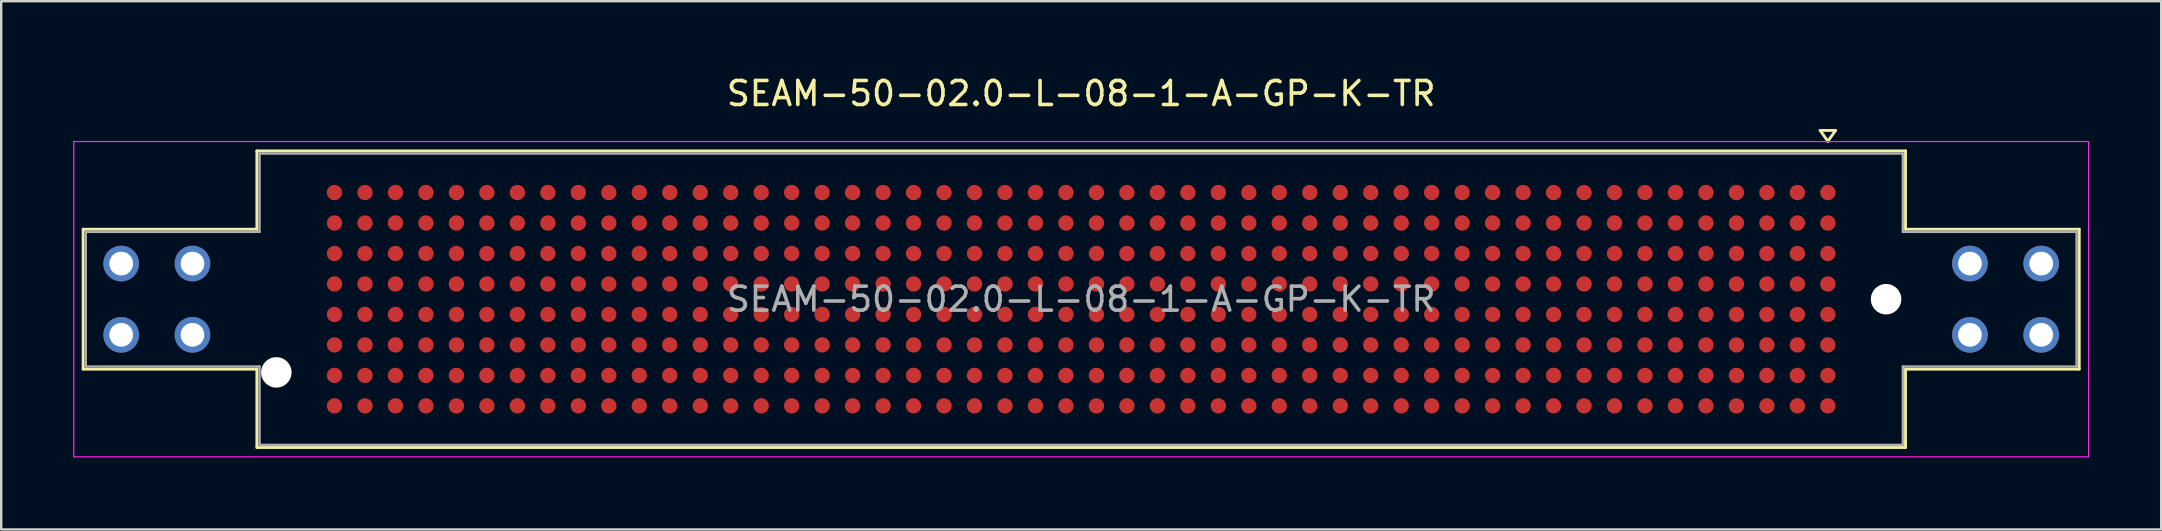
<source format=kicad_pcb>
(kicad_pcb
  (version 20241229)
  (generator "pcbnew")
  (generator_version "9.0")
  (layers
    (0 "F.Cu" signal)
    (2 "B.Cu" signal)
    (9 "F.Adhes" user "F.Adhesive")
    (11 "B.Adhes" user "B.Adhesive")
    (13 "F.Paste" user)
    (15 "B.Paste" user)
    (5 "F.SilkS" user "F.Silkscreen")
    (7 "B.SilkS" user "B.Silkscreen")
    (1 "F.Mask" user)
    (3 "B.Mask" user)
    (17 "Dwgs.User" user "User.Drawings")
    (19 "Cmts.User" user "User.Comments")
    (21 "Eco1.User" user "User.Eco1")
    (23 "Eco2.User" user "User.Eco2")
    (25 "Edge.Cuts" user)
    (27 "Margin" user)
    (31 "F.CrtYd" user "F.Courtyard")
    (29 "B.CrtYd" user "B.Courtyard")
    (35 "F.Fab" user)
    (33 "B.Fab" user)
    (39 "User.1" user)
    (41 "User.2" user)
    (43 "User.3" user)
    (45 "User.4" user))
  (footprint "SEAM-50-02.0-L-08-1-A-GP-K-TR"
    (layer "F.Cu")
    (at 42.005 9.418)
    (property "Reference" "SEAM-50-02.0-L-08-1-A-GP-K-TR" (at 0 -8.57 0) (layer "F.SilkS") (effects (font (size 1 1) (thickness 0.15))))
    (attr smd)
    (fp_line (start -41.59 -2.915) (end -34.35 -2.915) (stroke (width 0.12) (type solid)) (layer "F.SilkS"))
    (fp_line (start -41.59 2.915) (end -41.59 -2.915) (stroke (width 0.12) (type solid)) (layer "F.SilkS"))
    (fp_line (start -34.35 -6.18) (end 34.35 -6.18) (stroke (width 0.12) (type solid)) (layer "F.SilkS"))
    (fp_line (start -34.35 -2.915) (end -34.35 -6.18) (stroke (width 0.12) (type solid)) (layer "F.SilkS"))
    (fp_line (start -34.35 2.915) (end -41.59 2.915) (stroke (width 0.12) (type solid)) (layer "F.SilkS"))
    (fp_line (start -34.35 6.18) (end -34.35 2.915) (stroke (width 0.12) (type solid)) (layer "F.SilkS"))
    (fp_line (start 30.795 -7.033) (end 31.435 -7.033) (stroke (width 0.12) (type solid)) (layer "F.SilkS"))
    (fp_line (start 31.115 -6.58) (end 30.795 -7.033) (stroke (width 0.12) (type solid)) (layer "F.SilkS"))
    (fp_line (start 31.435 -7.033) (end 31.115 -6.58) (stroke (width 0.12) (type solid)) (layer "F.SilkS"))
    (fp_line (start 34.35 -6.18) (end 34.35 -2.915) (stroke (width 0.12) (type solid)) (layer "F.SilkS"))
    (fp_line (start 34.35 -2.915) (end 41.59 -2.915) (stroke (width 0.12) (type solid)) (layer "F.SilkS"))
    (fp_line (start 34.35 2.915) (end 34.35 6.18) (stroke (width 0.12) (type solid)) (layer "F.SilkS"))
    (fp_line (start 34.35 6.18) (end -34.35 6.18) (stroke (width 0.12) (type solid)) (layer "F.SilkS"))
    (fp_line (start 41.59 -2.915) (end 41.59 2.915) (stroke (width 0.12) (type solid)) (layer "F.SilkS"))
    (fp_line (start 41.59 2.915) (end 34.35 2.915) (stroke (width 0.12) (type solid)) (layer "F.SilkS"))
    (fp_poly (pts (xy -41.15 -2.63) (xy -38.86 -2.63) (xy -38.86 -0.34) (xy -41.15 -0.34)) (stroke (width 0) (type solid)) (fill yes) (layer "F.Paste"))
    (fp_poly (pts (xy -41.15 0.34) (xy -38.86 0.34) (xy -38.86 2.63) (xy -41.15 2.63)) (stroke (width 0) (type solid)) (fill yes) (layer "F.Paste"))
    (fp_poly (pts (xy -38.18 -2.63) (xy -35.89 -2.63) (xy -35.89 -0.34) (xy -38.18 -0.34)) (stroke (width 0) (type solid)) (fill yes) (layer "F.Paste"))
    (fp_poly (pts (xy -38.18 0.34) (xy -35.89 0.34) (xy -35.89 2.63) (xy -38.18 2.63)) (stroke (width 0) (type solid)) (fill yes) (layer "F.Paste"))
    (fp_poly (pts (xy 35.89 -2.63) (xy 38.18 -2.63) (xy 38.18 -0.34) (xy 35.89 -0.34)) (stroke (width 0) (type solid)) (fill yes) (layer "F.Paste"))
    (fp_poly (pts (xy 35.89 0.34) (xy 38.18 0.34) (xy 38.18 2.63) (xy 35.89 2.63)) (stroke (width 0) (type solid)) (fill yes) (layer "F.Paste"))
    (fp_poly (pts (xy 38.86 -2.63) (xy 41.15 -2.63) (xy 41.15 -0.34) (xy 38.86 -0.34)) (stroke (width 0) (type solid)) (fill yes) (layer "F.Paste"))
    (fp_poly (pts (xy 38.86 0.34) (xy 41.15 0.34) (xy 41.15 2.63) (xy 38.86 2.63)) (stroke (width 0) (type solid)) (fill yes) (layer "F.Paste"))
    (fp_line (start -41.98 -6.57) (end -41.98 6.57) (stroke (width 0.05) (type solid)) (layer "F.CrtYd"))
    (fp_line (start -41.98 6.57) (end 41.98 6.57) (stroke (width 0.05) (type solid)) (layer "F.CrtYd"))
    (fp_line (start 41.98 -6.57) (end -41.98 -6.57) (stroke (width 0.05) (type solid)) (layer "F.CrtYd"))
    (fp_line (start 41.98 6.57) (end 41.98 -6.57) (stroke (width 0.05) (type solid)) (layer "F.CrtYd"))
    (fp_line (start -41.48 -2.805) (end -34.24 -2.805) (stroke (width 0.1) (type solid)) (layer "F.Fab"))
    (fp_line (start -41.48 2.805) (end -41.48 -2.805) (stroke (width 0.1) (type solid)) (layer "F.Fab"))
    (fp_line (start -34.24 -6.07) (end 34.24 -6.07) (stroke (width 0.1) (type solid)) (layer "F.Fab"))
    (fp_line (start -34.24 -2.805) (end -34.24 -6.07) (stroke (width 0.1) (type solid)) (layer "F.Fab"))
    (fp_line (start -34.24 2.805) (end -41.48 2.805) (stroke (width 0.1) (type solid)) (layer "F.Fab"))
    (fp_line (start -34.24 6.07) (end -34.24 2.805) (stroke (width 0.1) (type solid)) (layer "F.Fab"))
    (fp_line (start 34.24 -6.07) (end 34.24 -2.805) (stroke (width 0.1) (type solid)) (layer "F.Fab"))
    (fp_line (start 34.24 -2.805) (end 41.48 -2.805) (stroke (width 0.1) (type solid)) (layer "F.Fab"))
    (fp_line (start 34.24 2.805) (end 34.24 6.07) (stroke (width 0.1) (type solid)) (layer "F.Fab"))
    (fp_line (start 34.24 6.07) (end -34.24 6.07) (stroke (width 0.1) (type solid)) (layer "F.Fab"))
    (fp_line (start 41.48 -2.805) (end 41.48 2.805) (stroke (width 0.1) (type solid)) (layer "F.Fab"))
    (fp_line (start 41.48 2.805) (end 34.24 2.805) (stroke (width 0.1) (type solid)) (layer "F.Fab"))
    (fp_text user "${REFERENCE}" (at 0 0 0) (layer "F.Fab") (effects (font (size 1 1) (thickness 0.15))))
    (pad "" thru_hole circle (at -40.005 -1.485) (size 1.485 1.485) (drill 0.99) (layers "*.Cu" "*.Mask"))
    (pad "" thru_hole circle (at -40.005 1.485) (size 1.485 1.485) (drill 0.99) (layers "*.Cu" "*.Mask"))
    (pad "" thru_hole circle (at -37.035 -1.485) (size 1.485 1.485) (drill 0.99) (layers "*.Cu" "*.Mask"))
    (pad "" thru_hole circle (at -37.035 1.485) (size 1.485 1.485) (drill 0.99) (layers "*.Cu" "*.Mask"))
    (pad "" np_thru_hole circle (at -33.54 3.05) (size 1.27 1.27) (drill 1.27) (layers "*.Cu" "*.Mask"))
    (pad "" np_thru_hole circle (at 33.54 0) (size 1.27 1.27) (drill 1.27) (layers "*.Cu" "*.Mask"))
    (pad "" thru_hole circle (at 37.035 -1.485) (size 1.485 1.485) (drill 0.99) (layers "*.Cu" "*.Mask"))
    (pad "" thru_hole circle (at 37.035 1.485) (size 1.485 1.485) (drill 0.99) (layers "*.Cu" "*.Mask"))
    (pad "" thru_hole circle (at 40.005 -1.485) (size 1.485 1.485) (drill 0.99) (layers "*.Cu" "*.Mask"))
    (pad "" thru_hole circle (at 40.005 1.485) (size 1.485 1.485) (drill 0.99) (layers "*.Cu" "*.Mask"))
    (pad "A1" smd circle (at 31.115 -4.445) (size 0.64 0.64) (layers "F.Cu" "F.Mask" "F.Paste"))
    (pad "A2" smd circle (at 29.845 -4.445) (size 0.64 0.64) (layers "F.Cu" "F.Mask" "F.Paste"))
    (pad "A3" smd circle (at 28.575 -4.445) (size 0.64 0.64) (layers "F.Cu" "F.Mask" "F.Paste"))
    (pad "A4" smd circle (at 27.305 -4.445) (size 0.64 0.64) (layers "F.Cu" "F.Mask" "F.Paste"))
    (pad "A5" smd circle (at 26.035 -4.445) (size 0.64 0.64) (layers "F.Cu" "F.Mask" "F.Paste"))
    (pad "A6" smd circle (at 24.765 -4.445) (size 0.64 0.64) (layers "F.Cu" "F.Mask" "F.Paste"))
    (pad "A7" smd circle (at 23.495 -4.445) (size 0.64 0.64) (layers "F.Cu" "F.Mask" "F.Paste"))
    (pad "A8" smd circle (at 22.225 -4.445) (size 0.64 0.64) (layers "F.Cu" "F.Mask" "F.Paste"))
    (pad "A9" smd circle (at 20.955 -4.445) (size 0.64 0.64) (layers "F.Cu" "F.Mask" "F.Paste"))
    (pad "A10" smd circle (at 19.685 -4.445) (size 0.64 0.64) (layers "F.Cu" "F.Mask" "F.Paste"))
    (pad "A11" smd circle (at 18.415 -4.445) (size 0.64 0.64) (layers "F.Cu" "F.Mask" "F.Paste"))
    (pad "A12" smd circle (at 17.145 -4.445) (size 0.64 0.64) (layers "F.Cu" "F.Mask" "F.Paste"))
    (pad "A13" smd circle (at 15.875 -4.445) (size 0.64 0.64) (layers "F.Cu" "F.Mask" "F.Paste"))
    (pad "A14" smd circle (at 14.605 -4.445) (size 0.64 0.64) (layers "F.Cu" "F.Mask" "F.Paste"))
    (pad "A15" smd circle (at 13.335 -4.445) (size 0.64 0.64) (layers "F.Cu" "F.Mask" "F.Paste"))
    (pad "A16" smd circle (at 12.065 -4.445) (size 0.64 0.64) (layers "F.Cu" "F.Mask" "F.Paste"))
    (pad "A17" smd circle (at 10.795 -4.445) (size 0.64 0.64) (layers "F.Cu" "F.Mask" "F.Paste"))
    (pad "A18" smd circle (at 9.525 -4.445) (size 0.64 0.64) (layers "F.Cu" "F.Mask" "F.Paste"))
    (pad "A19" smd circle (at 8.255 -4.445) (size 0.64 0.64) (layers "F.Cu" "F.Mask" "F.Paste"))
    (pad "A20" smd circle (at 6.985 -4.445) (size 0.64 0.64) (layers "F.Cu" "F.Mask" "F.Paste"))
    (pad "A21" smd circle (at 5.715 -4.445) (size 0.64 0.64) (layers "F.Cu" "F.Mask" "F.Paste"))
    (pad "A22" smd circle (at 4.445 -4.445) (size 0.64 0.64) (layers "F.Cu" "F.Mask" "F.Paste"))
    (pad "A23" smd circle (at 3.175 -4.445) (size 0.64 0.64) (layers "F.Cu" "F.Mask" "F.Paste"))
    (pad "A24" smd circle (at 1.905 -4.445) (size 0.64 0.64) (layers "F.Cu" "F.Mask" "F.Paste"))
    (pad "A25" smd circle (at 0.635 -4.445) (size 0.64 0.64) (layers "F.Cu" "F.Mask" "F.Paste"))
    (pad "A26" smd circle (at -0.635 -4.445) (size 0.64 0.64) (layers "F.Cu" "F.Mask" "F.Paste"))
    (pad "A27" smd circle (at -1.905 -4.445) (size 0.64 0.64) (layers "F.Cu" "F.Mask" "F.Paste"))
    (pad "A28" smd circle (at -3.175 -4.445) (size 0.64 0.64) (layers "F.Cu" "F.Mask" "F.Paste"))
    (pad "A29" smd circle (at -4.445 -4.445) (size 0.64 0.64) (layers "F.Cu" "F.Mask" "F.Paste"))
    (pad "A30" smd circle (at -5.715 -4.445) (size 0.64 0.64) (layers "F.Cu" "F.Mask" "F.Paste"))
    (pad "A31" smd circle (at -6.985 -4.445) (size 0.64 0.64) (layers "F.Cu" "F.Mask" "F.Paste"))
    (pad "A32" smd circle (at -8.255 -4.445) (size 0.64 0.64) (layers "F.Cu" "F.Mask" "F.Paste"))
    (pad "A33" smd circle (at -9.525 -4.445) (size 0.64 0.64) (layers "F.Cu" "F.Mask" "F.Paste"))
    (pad "A34" smd circle (at -10.795 -4.445) (size 0.64 0.64) (layers "F.Cu" "F.Mask" "F.Paste"))
    (pad "A35" smd circle (at -12.065 -4.445) (size 0.64 0.64) (layers "F.Cu" "F.Mask" "F.Paste"))
    (pad "A36" smd circle (at -13.335 -4.445) (size 0.64 0.64) (layers "F.Cu" "F.Mask" "F.Paste"))
    (pad "A37" smd circle (at -14.605 -4.445) (size 0.64 0.64) (layers "F.Cu" "F.Mask" "F.Paste"))
    (pad "A38" smd circle (at -15.875 -4.445) (size 0.64 0.64) (layers "F.Cu" "F.Mask" "F.Paste"))
    (pad "A39" smd circle (at -17.145 -4.445) (size 0.64 0.64) (layers "F.Cu" "F.Mask" "F.Paste"))
    (pad "A40" smd circle (at -18.415 -4.445) (size 0.64 0.64) (layers "F.Cu" "F.Mask" "F.Paste"))
    (pad "A41" smd circle (at -19.685 -4.445) (size 0.64 0.64) (layers "F.Cu" "F.Mask" "F.Paste"))
    (pad "A42" smd circle (at -20.955 -4.445) (size 0.64 0.64) (layers "F.Cu" "F.Mask" "F.Paste"))
    (pad "A43" smd circle (at -22.225 -4.445) (size 0.64 0.64) (layers "F.Cu" "F.Mask" "F.Paste"))
    (pad "A44" smd circle (at -23.495 -4.445) (size 0.64 0.64) (layers "F.Cu" "F.Mask" "F.Paste"))
    (pad "A45" smd circle (at -24.765 -4.445) (size 0.64 0.64) (layers "F.Cu" "F.Mask" "F.Paste"))
    (pad "A46" smd circle (at -26.035 -4.445) (size 0.64 0.64) (layers "F.Cu" "F.Mask" "F.Paste"))
    (pad "A47" smd circle (at -27.305 -4.445) (size 0.64 0.64) (layers "F.Cu" "F.Mask" "F.Paste"))
    (pad "A48" smd circle (at -28.575 -4.445) (size 0.64 0.64) (layers "F.Cu" "F.Mask" "F.Paste"))
    (pad "A49" smd circle (at -29.845 -4.445) (size 0.64 0.64) (layers "F.Cu" "F.Mask" "F.Paste"))
    (pad "A50" smd circle (at -31.115 -4.445) (size 0.64 0.64) (layers "F.Cu" "F.Mask" "F.Paste"))
    (pad "B1" smd circle (at 31.115 -3.175) (size 0.64 0.64) (layers "F.Cu" "F.Mask" "F.Paste"))
    (pad "B2" smd circle (at 29.845 -3.175) (size 0.64 0.64) (layers "F.Cu" "F.Mask" "F.Paste"))
    (pad "B3" smd circle (at 28.575 -3.175) (size 0.64 0.64) (layers "F.Cu" "F.Mask" "F.Paste"))
    (pad "B4" smd circle (at 27.305 -3.175) (size 0.64 0.64) (layers "F.Cu" "F.Mask" "F.Paste"))
    (pad "B5" smd circle (at 26.035 -3.175) (size 0.64 0.64) (layers "F.Cu" "F.Mask" "F.Paste"))
    (pad "B6" smd circle (at 24.765 -3.175) (size 0.64 0.64) (layers "F.Cu" "F.Mask" "F.Paste"))
    (pad "B7" smd circle (at 23.495 -3.175) (size 0.64 0.64) (layers "F.Cu" "F.Mask" "F.Paste"))
    (pad "B8" smd circle (at 22.225 -3.175) (size 0.64 0.64) (layers "F.Cu" "F.Mask" "F.Paste"))
    (pad "B9" smd circle (at 20.955 -3.175) (size 0.64 0.64) (layers "F.Cu" "F.Mask" "F.Paste"))
    (pad "B10" smd circle (at 19.685 -3.175) (size 0.64 0.64) (layers "F.Cu" "F.Mask" "F.Paste"))
    (pad "B11" smd circle (at 18.415 -3.175) (size 0.64 0.64) (layers "F.Cu" "F.Mask" "F.Paste"))
    (pad "B12" smd circle (at 17.145 -3.175) (size 0.64 0.64) (layers "F.Cu" "F.Mask" "F.Paste"))
    (pad "B13" smd circle (at 15.875 -3.175) (size 0.64 0.64) (layers "F.Cu" "F.Mask" "F.Paste"))
    (pad "B14" smd circle (at 14.605 -3.175) (size 0.64 0.64) (layers "F.Cu" "F.Mask" "F.Paste"))
    (pad "B15" smd circle (at 13.335 -3.175) (size 0.64 0.64) (layers "F.Cu" "F.Mask" "F.Paste"))
    (pad "B16" smd circle (at 12.065 -3.175) (size 0.64 0.64) (layers "F.Cu" "F.Mask" "F.Paste"))
    (pad "B17" smd circle (at 10.795 -3.175) (size 0.64 0.64) (layers "F.Cu" "F.Mask" "F.Paste"))
    (pad "B18" smd circle (at 9.525 -3.175) (size 0.64 0.64) (layers "F.Cu" "F.Mask" "F.Paste"))
    (pad "B19" smd circle (at 8.255 -3.175) (size 0.64 0.64) (layers "F.Cu" "F.Mask" "F.Paste"))
    (pad "B20" smd circle (at 6.985 -3.175) (size 0.64 0.64) (layers "F.Cu" "F.Mask" "F.Paste"))
    (pad "B21" smd circle (at 5.715 -3.175) (size 0.64 0.64) (layers "F.Cu" "F.Mask" "F.Paste"))
    (pad "B22" smd circle (at 4.445 -3.175) (size 0.64 0.64) (layers "F.Cu" "F.Mask" "F.Paste"))
    (pad "B23" smd circle (at 3.175 -3.175) (size 0.64 0.64) (layers "F.Cu" "F.Mask" "F.Paste"))
    (pad "B24" smd circle (at 1.905 -3.175) (size 0.64 0.64) (layers "F.Cu" "F.Mask" "F.Paste"))
    (pad "B25" smd circle (at 0.635 -3.175) (size 0.64 0.64) (layers "F.Cu" "F.Mask" "F.Paste"))
    (pad "B26" smd circle (at -0.635 -3.175) (size 0.64 0.64) (layers "F.Cu" "F.Mask" "F.Paste"))
    (pad "B27" smd circle (at -1.905 -3.175) (size 0.64 0.64) (layers "F.Cu" "F.Mask" "F.Paste"))
    (pad "B28" smd circle (at -3.175 -3.175) (size 0.64 0.64) (layers "F.Cu" "F.Mask" "F.Paste"))
    (pad "B29" smd circle (at -4.445 -3.175) (size 0.64 0.64) (layers "F.Cu" "F.Mask" "F.Paste"))
    (pad "B30" smd circle (at -5.715 -3.175) (size 0.64 0.64) (layers "F.Cu" "F.Mask" "F.Paste"))
    (pad "B31" smd circle (at -6.985 -3.175) (size 0.64 0.64) (layers "F.Cu" "F.Mask" "F.Paste"))
    (pad "B32" smd circle (at -8.255 -3.175) (size 0.64 0.64) (layers "F.Cu" "F.Mask" "F.Paste"))
    (pad "B33" smd circle (at -9.525 -3.175) (size 0.64 0.64) (layers "F.Cu" "F.Mask" "F.Paste"))
    (pad "B34" smd circle (at -10.795 -3.175) (size 0.64 0.64) (layers "F.Cu" "F.Mask" "F.Paste"))
    (pad "B35" smd circle (at -12.065 -3.175) (size 0.64 0.64) (layers "F.Cu" "F.Mask" "F.Paste"))
    (pad "B36" smd circle (at -13.335 -3.175) (size 0.64 0.64) (layers "F.Cu" "F.Mask" "F.Paste"))
    (pad "B37" smd circle (at -14.605 -3.175) (size 0.64 0.64) (layers "F.Cu" "F.Mask" "F.Paste"))
    (pad "B38" smd circle (at -15.875 -3.175) (size 0.64 0.64) (layers "F.Cu" "F.Mask" "F.Paste"))
    (pad "B39" smd circle (at -17.145 -3.175) (size 0.64 0.64) (layers "F.Cu" "F.Mask" "F.Paste"))
    (pad "B40" smd circle (at -18.415 -3.175) (size 0.64 0.64) (layers "F.Cu" "F.Mask" "F.Paste"))
    (pad "B41" smd circle (at -19.685 -3.175) (size 0.64 0.64) (layers "F.Cu" "F.Mask" "F.Paste"))
    (pad "B42" smd circle (at -20.955 -3.175) (size 0.64 0.64) (layers "F.Cu" "F.Mask" "F.Paste"))
    (pad "B43" smd circle (at -22.225 -3.175) (size 0.64 0.64) (layers "F.Cu" "F.Mask" "F.Paste"))
    (pad "B44" smd circle (at -23.495 -3.175) (size 0.64 0.64) (layers "F.Cu" "F.Mask" "F.Paste"))
    (pad "B45" smd circle (at -24.765 -3.175) (size 0.64 0.64) (layers "F.Cu" "F.Mask" "F.Paste"))
    (pad "B46" smd circle (at -26.035 -3.175) (size 0.64 0.64) (layers "F.Cu" "F.Mask" "F.Paste"))
    (pad "B47" smd circle (at -27.305 -3.175) (size 0.64 0.64) (layers "F.Cu" "F.Mask" "F.Paste"))
    (pad "B48" smd circle (at -28.575 -3.175) (size 0.64 0.64) (layers "F.Cu" "F.Mask" "F.Paste"))
    (pad "B49" smd circle (at -29.845 -3.175) (size 0.64 0.64) (layers "F.Cu" "F.Mask" "F.Paste"))
    (pad "B50" smd circle (at -31.115 -3.175) (size 0.64 0.64) (layers "F.Cu" "F.Mask" "F.Paste"))
    (pad "C1" smd circle (at 31.115 -1.905) (size 0.64 0.64) (layers "F.Cu" "F.Mask" "F.Paste"))
    (pad "C2" smd circle (at 29.845 -1.905) (size 0.64 0.64) (layers "F.Cu" "F.Mask" "F.Paste"))
    (pad "C3" smd circle (at 28.575 -1.905) (size 0.64 0.64) (layers "F.Cu" "F.Mask" "F.Paste"))
    (pad "C4" smd circle (at 27.305 -1.905) (size 0.64 0.64) (layers "F.Cu" "F.Mask" "F.Paste"))
    (pad "C5" smd circle (at 26.035 -1.905) (size 0.64 0.64) (layers "F.Cu" "F.Mask" "F.Paste"))
    (pad "C6" smd circle (at 24.765 -1.905) (size 0.64 0.64) (layers "F.Cu" "F.Mask" "F.Paste"))
    (pad "C7" smd circle (at 23.495 -1.905) (size 0.64 0.64) (layers "F.Cu" "F.Mask" "F.Paste"))
    (pad "C8" smd circle (at 22.225 -1.905) (size 0.64 0.64) (layers "F.Cu" "F.Mask" "F.Paste"))
    (pad "C9" smd circle (at 20.955 -1.905) (size 0.64 0.64) (layers "F.Cu" "F.Mask" "F.Paste"))
    (pad "C10" smd circle (at 19.685 -1.905) (size 0.64 0.64) (layers "F.Cu" "F.Mask" "F.Paste"))
    (pad "C11" smd circle (at 18.415 -1.905) (size 0.64 0.64) (layers "F.Cu" "F.Mask" "F.Paste"))
    (pad "C12" smd circle (at 17.145 -1.905) (size 0.64 0.64) (layers "F.Cu" "F.Mask" "F.Paste"))
    (pad "C13" smd circle (at 15.875 -1.905) (size 0.64 0.64) (layers "F.Cu" "F.Mask" "F.Paste"))
    (pad "C14" smd circle (at 14.605 -1.905) (size 0.64 0.64) (layers "F.Cu" "F.Mask" "F.Paste"))
    (pad "C15" smd circle (at 13.335 -1.905) (size 0.64 0.64) (layers "F.Cu" "F.Mask" "F.Paste"))
    (pad "C16" smd circle (at 12.065 -1.905) (size 0.64 0.64) (layers "F.Cu" "F.Mask" "F.Paste"))
    (pad "C17" smd circle (at 10.795 -1.905) (size 0.64 0.64) (layers "F.Cu" "F.Mask" "F.Paste"))
    (pad "C18" smd circle (at 9.525 -1.905) (size 0.64 0.64) (layers "F.Cu" "F.Mask" "F.Paste"))
    (pad "C19" smd circle (at 8.255 -1.905) (size 0.64 0.64) (layers "F.Cu" "F.Mask" "F.Paste"))
    (pad "C20" smd circle (at 6.985 -1.905) (size 0.64 0.64) (layers "F.Cu" "F.Mask" "F.Paste"))
    (pad "C21" smd circle (at 5.715 -1.905) (size 0.64 0.64) (layers "F.Cu" "F.Mask" "F.Paste"))
    (pad "C22" smd circle (at 4.445 -1.905) (size 0.64 0.64) (layers "F.Cu" "F.Mask" "F.Paste"))
    (pad "C23" smd circle (at 3.175 -1.905) (size 0.64 0.64) (layers "F.Cu" "F.Mask" "F.Paste"))
    (pad "C24" smd circle (at 1.905 -1.905) (size 0.64 0.64) (layers "F.Cu" "F.Mask" "F.Paste"))
    (pad "C25" smd circle (at 0.635 -1.905) (size 0.64 0.64) (layers "F.Cu" "F.Mask" "F.Paste"))
    (pad "C26" smd circle (at -0.635 -1.905) (size 0.64 0.64) (layers "F.Cu" "F.Mask" "F.Paste"))
    (pad "C27" smd circle (at -1.905 -1.905) (size 0.64 0.64) (layers "F.Cu" "F.Mask" "F.Paste"))
    (pad "C28" smd circle (at -3.175 -1.905) (size 0.64 0.64) (layers "F.Cu" "F.Mask" "F.Paste"))
    (pad "C29" smd circle (at -4.445 -1.905) (size 0.64 0.64) (layers "F.Cu" "F.Mask" "F.Paste"))
    (pad "C30" smd circle (at -5.715 -1.905) (size 0.64 0.64) (layers "F.Cu" "F.Mask" "F.Paste"))
    (pad "C31" smd circle (at -6.985 -1.905) (size 0.64 0.64) (layers "F.Cu" "F.Mask" "F.Paste"))
    (pad "C32" smd circle (at -8.255 -1.905) (size 0.64 0.64) (layers "F.Cu" "F.Mask" "F.Paste"))
    (pad "C33" smd circle (at -9.525 -1.905) (size 0.64 0.64) (layers "F.Cu" "F.Mask" "F.Paste"))
    (pad "C34" smd circle (at -10.795 -1.905) (size 0.64 0.64) (layers "F.Cu" "F.Mask" "F.Paste"))
    (pad "C35" smd circle (at -12.065 -1.905) (size 0.64 0.64) (layers "F.Cu" "F.Mask" "F.Paste"))
    (pad "C36" smd circle (at -13.335 -1.905) (size 0.64 0.64) (layers "F.Cu" "F.Mask" "F.Paste"))
    (pad "C37" smd circle (at -14.605 -1.905) (size 0.64 0.64) (layers "F.Cu" "F.Mask" "F.Paste"))
    (pad "C38" smd circle (at -15.875 -1.905) (size 0.64 0.64) (layers "F.Cu" "F.Mask" "F.Paste"))
    (pad "C39" smd circle (at -17.145 -1.905) (size 0.64 0.64) (layers "F.Cu" "F.Mask" "F.Paste"))
    (pad "C40" smd circle (at -18.415 -1.905) (size 0.64 0.64) (layers "F.Cu" "F.Mask" "F.Paste"))
    (pad "C41" smd circle (at -19.685 -1.905) (size 0.64 0.64) (layers "F.Cu" "F.Mask" "F.Paste"))
    (pad "C42" smd circle (at -20.955 -1.905) (size 0.64 0.64) (layers "F.Cu" "F.Mask" "F.Paste"))
    (pad "C43" smd circle (at -22.225 -1.905) (size 0.64 0.64) (layers "F.Cu" "F.Mask" "F.Paste"))
    (pad "C44" smd circle (at -23.495 -1.905) (size 0.64 0.64) (layers "F.Cu" "F.Mask" "F.Paste"))
    (pad "C45" smd circle (at -24.765 -1.905) (size 0.64 0.64) (layers "F.Cu" "F.Mask" "F.Paste"))
    (pad "C46" smd circle (at -26.035 -1.905) (size 0.64 0.64) (layers "F.Cu" "F.Mask" "F.Paste"))
    (pad "C47" smd circle (at -27.305 -1.905) (size 0.64 0.64) (layers "F.Cu" "F.Mask" "F.Paste"))
    (pad "C48" smd circle (at -28.575 -1.905) (size 0.64 0.64) (layers "F.Cu" "F.Mask" "F.Paste"))
    (pad "C49" smd circle (at -29.845 -1.905) (size 0.64 0.64) (layers "F.Cu" "F.Mask" "F.Paste"))
    (pad "C50" smd circle (at -31.115 -1.905) (size 0.64 0.64) (layers "F.Cu" "F.Mask" "F.Paste"))
    (pad "D1" smd circle (at 31.115 -0.635) (size 0.64 0.64) (layers "F.Cu" "F.Mask" "F.Paste"))
    (pad "D2" smd circle (at 29.845 -0.635) (size 0.64 0.64) (layers "F.Cu" "F.Mask" "F.Paste"))
    (pad "D3" smd circle (at 28.575 -0.635) (size 0.64 0.64) (layers "F.Cu" "F.Mask" "F.Paste"))
    (pad "D4" smd circle (at 27.305 -0.635) (size 0.64 0.64) (layers "F.Cu" "F.Mask" "F.Paste"))
    (pad "D5" smd circle (at 26.035 -0.635) (size 0.64 0.64) (layers "F.Cu" "F.Mask" "F.Paste"))
    (pad "D6" smd circle (at 24.765 -0.635) (size 0.64 0.64) (layers "F.Cu" "F.Mask" "F.Paste"))
    (pad "D7" smd circle (at 23.495 -0.635) (size 0.64 0.64) (layers "F.Cu" "F.Mask" "F.Paste"))
    (pad "D8" smd circle (at 22.225 -0.635) (size 0.64 0.64) (layers "F.Cu" "F.Mask" "F.Paste"))
    (pad "D9" smd circle (at 20.955 -0.635) (size 0.64 0.64) (layers "F.Cu" "F.Mask" "F.Paste"))
    (pad "D10" smd circle (at 19.685 -0.635) (size 0.64 0.64) (layers "F.Cu" "F.Mask" "F.Paste"))
    (pad "D11" smd circle (at 18.415 -0.635) (size 0.64 0.64) (layers "F.Cu" "F.Mask" "F.Paste"))
    (pad "D12" smd circle (at 17.145 -0.635) (size 0.64 0.64) (layers "F.Cu" "F.Mask" "F.Paste"))
    (pad "D13" smd circle (at 15.875 -0.635) (size 0.64 0.64) (layers "F.Cu" "F.Mask" "F.Paste"))
    (pad "D14" smd circle (at 14.605 -0.635) (size 0.64 0.64) (layers "F.Cu" "F.Mask" "F.Paste"))
    (pad "D15" smd circle (at 13.335 -0.635) (size 0.64 0.64) (layers "F.Cu" "F.Mask" "F.Paste"))
    (pad "D16" smd circle (at 12.065 -0.635) (size 0.64 0.64) (layers "F.Cu" "F.Mask" "F.Paste"))
    (pad "D17" smd circle (at 10.795 -0.635) (size 0.64 0.64) (layers "F.Cu" "F.Mask" "F.Paste"))
    (pad "D18" smd circle (at 9.525 -0.635) (size 0.64 0.64) (layers "F.Cu" "F.Mask" "F.Paste"))
    (pad "D19" smd circle (at 8.255 -0.635) (size 0.64 0.64) (layers "F.Cu" "F.Mask" "F.Paste"))
    (pad "D20" smd circle (at 6.985 -0.635) (size 0.64 0.64) (layers "F.Cu" "F.Mask" "F.Paste"))
    (pad "D21" smd circle (at 5.715 -0.635) (size 0.64 0.64) (layers "F.Cu" "F.Mask" "F.Paste"))
    (pad "D22" smd circle (at 4.445 -0.635) (size 0.64 0.64) (layers "F.Cu" "F.Mask" "F.Paste"))
    (pad "D23" smd circle (at 3.175 -0.635) (size 0.64 0.64) (layers "F.Cu" "F.Mask" "F.Paste"))
    (pad "D24" smd circle (at 1.905 -0.635) (size 0.64 0.64) (layers "F.Cu" "F.Mask" "F.Paste"))
    (pad "D25" smd circle (at 0.635 -0.635) (size 0.64 0.64) (layers "F.Cu" "F.Mask" "F.Paste"))
    (pad "D26" smd circle (at -0.635 -0.635) (size 0.64 0.64) (layers "F.Cu" "F.Mask" "F.Paste"))
    (pad "D27" smd circle (at -1.905 -0.635) (size 0.64 0.64) (layers "F.Cu" "F.Mask" "F.Paste"))
    (pad "D28" smd circle (at -3.175 -0.635) (size 0.64 0.64) (layers "F.Cu" "F.Mask" "F.Paste"))
    (pad "D29" smd circle (at -4.445 -0.635) (size 0.64 0.64) (layers "F.Cu" "F.Mask" "F.Paste"))
    (pad "D30" smd circle (at -5.715 -0.635) (size 0.64 0.64) (layers "F.Cu" "F.Mask" "F.Paste"))
    (pad "D31" smd circle (at -6.985 -0.635) (size 0.64 0.64) (layers "F.Cu" "F.Mask" "F.Paste"))
    (pad "D32" smd circle (at -8.255 -0.635) (size 0.64 0.64) (layers "F.Cu" "F.Mask" "F.Paste"))
    (pad "D33" smd circle (at -9.525 -0.635) (size 0.64 0.64) (layers "F.Cu" "F.Mask" "F.Paste"))
    (pad "D34" smd circle (at -10.795 -0.635) (size 0.64 0.64) (layers "F.Cu" "F.Mask" "F.Paste"))
    (pad "D35" smd circle (at -12.065 -0.635) (size 0.64 0.64) (layers "F.Cu" "F.Mask" "F.Paste"))
    (pad "D36" smd circle (at -13.335 -0.635) (size 0.64 0.64) (layers "F.Cu" "F.Mask" "F.Paste"))
    (pad "D37" smd circle (at -14.605 -0.635) (size 0.64 0.64) (layers "F.Cu" "F.Mask" "F.Paste"))
    (pad "D38" smd circle (at -15.875 -0.635) (size 0.64 0.64) (layers "F.Cu" "F.Mask" "F.Paste"))
    (pad "D39" smd circle (at -17.145 -0.635) (size 0.64 0.64) (layers "F.Cu" "F.Mask" "F.Paste"))
    (pad "D40" smd circle (at -18.415 -0.635) (size 0.64 0.64) (layers "F.Cu" "F.Mask" "F.Paste"))
    (pad "D41" smd circle (at -19.685 -0.635) (size 0.64 0.64) (layers "F.Cu" "F.Mask" "F.Paste"))
    (pad "D42" smd circle (at -20.955 -0.635) (size 0.64 0.64) (layers "F.Cu" "F.Mask" "F.Paste"))
    (pad "D43" smd circle (at -22.225 -0.635) (size 0.64 0.64) (layers "F.Cu" "F.Mask" "F.Paste"))
    (pad "D44" smd circle (at -23.495 -0.635) (size 0.64 0.64) (layers "F.Cu" "F.Mask" "F.Paste"))
    (pad "D45" smd circle (at -24.765 -0.635) (size 0.64 0.64) (layers "F.Cu" "F.Mask" "F.Paste"))
    (pad "D46" smd circle (at -26.035 -0.635) (size 0.64 0.64) (layers "F.Cu" "F.Mask" "F.Paste"))
    (pad "D47" smd circle (at -27.305 -0.635) (size 0.64 0.64) (layers "F.Cu" "F.Mask" "F.Paste"))
    (pad "D48" smd circle (at -28.575 -0.635) (size 0.64 0.64) (layers "F.Cu" "F.Mask" "F.Paste"))
    (pad "D49" smd circle (at -29.845 -0.635) (size 0.64 0.64) (layers "F.Cu" "F.Mask" "F.Paste"))
    (pad "D50" smd circle (at -31.115 -0.635) (size 0.64 0.64) (layers "F.Cu" "F.Mask" "F.Paste"))
    (pad "E1" smd circle (at 31.115 0.635) (size 0.64 0.64) (layers "F.Cu" "F.Mask" "F.Paste"))
    (pad "E2" smd circle (at 29.845 0.635) (size 0.64 0.64) (layers "F.Cu" "F.Mask" "F.Paste"))
    (pad "E3" smd circle (at 28.575 0.635) (size 0.64 0.64) (layers "F.Cu" "F.Mask" "F.Paste"))
    (pad "E4" smd circle (at 27.305 0.635) (size 0.64 0.64) (layers "F.Cu" "F.Mask" "F.Paste"))
    (pad "E5" smd circle (at 26.035 0.635) (size 0.64 0.64) (layers "F.Cu" "F.Mask" "F.Paste"))
    (pad "E6" smd circle (at 24.765 0.635) (size 0.64 0.64) (layers "F.Cu" "F.Mask" "F.Paste"))
    (pad "E7" smd circle (at 23.495 0.635) (size 0.64 0.64) (layers "F.Cu" "F.Mask" "F.Paste"))
    (pad "E8" smd circle (at 22.225 0.635) (size 0.64 0.64) (layers "F.Cu" "F.Mask" "F.Paste"))
    (pad "E9" smd circle (at 20.955 0.635) (size 0.64 0.64) (layers "F.Cu" "F.Mask" "F.Paste"))
    (pad "E10" smd circle (at 19.685 0.635) (size 0.64 0.64) (layers "F.Cu" "F.Mask" "F.Paste"))
    (pad "E11" smd circle (at 18.415 0.635) (size 0.64 0.64) (layers "F.Cu" "F.Mask" "F.Paste"))
    (pad "E12" smd circle (at 17.145 0.635) (size 0.64 0.64) (layers "F.Cu" "F.Mask" "F.Paste"))
    (pad "E13" smd circle (at 15.875 0.635) (size 0.64 0.64) (layers "F.Cu" "F.Mask" "F.Paste"))
    (pad "E14" smd circle (at 14.605 0.635) (size 0.64 0.64) (layers "F.Cu" "F.Mask" "F.Paste"))
    (pad "E15" smd circle (at 13.335 0.635) (size 0.64 0.64) (layers "F.Cu" "F.Mask" "F.Paste"))
    (pad "E16" smd circle (at 12.065 0.635) (size 0.64 0.64) (layers "F.Cu" "F.Mask" "F.Paste"))
    (pad "E17" smd circle (at 10.795 0.635) (size 0.64 0.64) (layers "F.Cu" "F.Mask" "F.Paste"))
    (pad "E18" smd circle (at 9.525 0.635) (size 0.64 0.64) (layers "F.Cu" "F.Mask" "F.Paste"))
    (pad "E19" smd circle (at 8.255 0.635) (size 0.64 0.64) (layers "F.Cu" "F.Mask" "F.Paste"))
    (pad "E20" smd circle (at 6.985 0.635) (size 0.64 0.64) (layers "F.Cu" "F.Mask" "F.Paste"))
    (pad "E21" smd circle (at 5.715 0.635) (size 0.64 0.64) (layers "F.Cu" "F.Mask" "F.Paste"))
    (pad "E22" smd circle (at 4.445 0.635) (size 0.64 0.64) (layers "F.Cu" "F.Mask" "F.Paste"))
    (pad "E23" smd circle (at 3.175 0.635) (size 0.64 0.64) (layers "F.Cu" "F.Mask" "F.Paste"))
    (pad "E24" smd circle (at 1.905 0.635) (size 0.64 0.64) (layers "F.Cu" "F.Mask" "F.Paste"))
    (pad "E25" smd circle (at 0.635 0.635) (size 0.64 0.64) (layers "F.Cu" "F.Mask" "F.Paste"))
    (pad "E26" smd circle (at -0.635 0.635) (size 0.64 0.64) (layers "F.Cu" "F.Mask" "F.Paste"))
    (pad "E27" smd circle (at -1.905 0.635) (size 0.64 0.64) (layers "F.Cu" "F.Mask" "F.Paste"))
    (pad "E28" smd circle (at -3.175 0.635) (size 0.64 0.64) (layers "F.Cu" "F.Mask" "F.Paste"))
    (pad "E29" smd circle (at -4.445 0.635) (size 0.64 0.64) (layers "F.Cu" "F.Mask" "F.Paste"))
    (pad "E30" smd circle (at -5.715 0.635) (size 0.64 0.64) (layers "F.Cu" "F.Mask" "F.Paste"))
    (pad "E31" smd circle (at -6.985 0.635) (size 0.64 0.64) (layers "F.Cu" "F.Mask" "F.Paste"))
    (pad "E32" smd circle (at -8.255 0.635) (size 0.64 0.64) (layers "F.Cu" "F.Mask" "F.Paste"))
    (pad "E33" smd circle (at -9.525 0.635) (size 0.64 0.64) (layers "F.Cu" "F.Mask" "F.Paste"))
    (pad "E34" smd circle (at -10.795 0.635) (size 0.64 0.64) (layers "F.Cu" "F.Mask" "F.Paste"))
    (pad "E35" smd circle (at -12.065 0.635) (size 0.64 0.64) (layers "F.Cu" "F.Mask" "F.Paste"))
    (pad "E36" smd circle (at -13.335 0.635) (size 0.64 0.64) (layers "F.Cu" "F.Mask" "F.Paste"))
    (pad "E37" smd circle (at -14.605 0.635) (size 0.64 0.64) (layers "F.Cu" "F.Mask" "F.Paste"))
    (pad "E38" smd circle (at -15.875 0.635) (size 0.64 0.64) (layers "F.Cu" "F.Mask" "F.Paste"))
    (pad "E39" smd circle (at -17.145 0.635) (size 0.64 0.64) (layers "F.Cu" "F.Mask" "F.Paste"))
    (pad "E40" smd circle (at -18.415 0.635) (size 0.64 0.64) (layers "F.Cu" "F.Mask" "F.Paste"))
    (pad "E41" smd circle (at -19.685 0.635) (size 0.64 0.64) (layers "F.Cu" "F.Mask" "F.Paste"))
    (pad "E42" smd circle (at -20.955 0.635) (size 0.64 0.64) (layers "F.Cu" "F.Mask" "F.Paste"))
    (pad "E43" smd circle (at -22.225 0.635) (size 0.64 0.64) (layers "F.Cu" "F.Mask" "F.Paste"))
    (pad "E44" smd circle (at -23.495 0.635) (size 0.64 0.64) (layers "F.Cu" "F.Mask" "F.Paste"))
    (pad "E45" smd circle (at -24.765 0.635) (size 0.64 0.64) (layers "F.Cu" "F.Mask" "F.Paste"))
    (pad "E46" smd circle (at -26.035 0.635) (size 0.64 0.64) (layers "F.Cu" "F.Mask" "F.Paste"))
    (pad "E47" smd circle (at -27.305 0.635) (size 0.64 0.64) (layers "F.Cu" "F.Mask" "F.Paste"))
    (pad "E48" smd circle (at -28.575 0.635) (size 0.64 0.64) (layers "F.Cu" "F.Mask" "F.Paste"))
    (pad "E49" smd circle (at -29.845 0.635) (size 0.64 0.64) (layers "F.Cu" "F.Mask" "F.Paste"))
    (pad "E50" smd circle (at -31.115 0.635) (size 0.64 0.64) (layers "F.Cu" "F.Mask" "F.Paste"))
    (pad "F1" smd circle (at 31.115 1.905) (size 0.64 0.64) (layers "F.Cu" "F.Mask" "F.Paste"))
    (pad "F2" smd circle (at 29.845 1.905) (size 0.64 0.64) (layers "F.Cu" "F.Mask" "F.Paste"))
    (pad "F3" smd circle (at 28.575 1.905) (size 0.64 0.64) (layers "F.Cu" "F.Mask" "F.Paste"))
    (pad "F4" smd circle (at 27.305 1.905) (size 0.64 0.64) (layers "F.Cu" "F.Mask" "F.Paste"))
    (pad "F5" smd circle (at 26.035 1.905) (size 0.64 0.64) (layers "F.Cu" "F.Mask" "F.Paste"))
    (pad "F6" smd circle (at 24.765 1.905) (size 0.64 0.64) (layers "F.Cu" "F.Mask" "F.Paste"))
    (pad "F7" smd circle (at 23.495 1.905) (size 0.64 0.64) (layers "F.Cu" "F.Mask" "F.Paste"))
    (pad "F8" smd circle (at 22.225 1.905) (size 0.64 0.64) (layers "F.Cu" "F.Mask" "F.Paste"))
    (pad "F9" smd circle (at 20.955 1.905) (size 0.64 0.64) (layers "F.Cu" "F.Mask" "F.Paste"))
    (pad "F10" smd circle (at 19.685 1.905) (size 0.64 0.64) (layers "F.Cu" "F.Mask" "F.Paste"))
    (pad "F11" smd circle (at 18.415 1.905) (size 0.64 0.64) (layers "F.Cu" "F.Mask" "F.Paste"))
    (pad "F12" smd circle (at 17.145 1.905) (size 0.64 0.64) (layers "F.Cu" "F.Mask" "F.Paste"))
    (pad "F13" smd circle (at 15.875 1.905) (size 0.64 0.64) (layers "F.Cu" "F.Mask" "F.Paste"))
    (pad "F14" smd circle (at 14.605 1.905) (size 0.64 0.64) (layers "F.Cu" "F.Mask" "F.Paste"))
    (pad "F15" smd circle (at 13.335 1.905) (size 0.64 0.64) (layers "F.Cu" "F.Mask" "F.Paste"))
    (pad "F16" smd circle (at 12.065 1.905) (size 0.64 0.64) (layers "F.Cu" "F.Mask" "F.Paste"))
    (pad "F17" smd circle (at 10.795 1.905) (size 0.64 0.64) (layers "F.Cu" "F.Mask" "F.Paste"))
    (pad "F18" smd circle (at 9.525 1.905) (size 0.64 0.64) (layers "F.Cu" "F.Mask" "F.Paste"))
    (pad "F19" smd circle (at 8.255 1.905) (size 0.64 0.64) (layers "F.Cu" "F.Mask" "F.Paste"))
    (pad "F20" smd circle (at 6.985 1.905) (size 0.64 0.64) (layers "F.Cu" "F.Mask" "F.Paste"))
    (pad "F21" smd circle (at 5.715 1.905) (size 0.64 0.64) (layers "F.Cu" "F.Mask" "F.Paste"))
    (pad "F22" smd circle (at 4.445 1.905) (size 0.64 0.64) (layers "F.Cu" "F.Mask" "F.Paste"))
    (pad "F23" smd circle (at 3.175 1.905) (size 0.64 0.64) (layers "F.Cu" "F.Mask" "F.Paste"))
    (pad "F24" smd circle (at 1.905 1.905) (size 0.64 0.64) (layers "F.Cu" "F.Mask" "F.Paste"))
    (pad "F25" smd circle (at 0.635 1.905) (size 0.64 0.64) (layers "F.Cu" "F.Mask" "F.Paste"))
    (pad "F26" smd circle (at -0.635 1.905) (size 0.64 0.64) (layers "F.Cu" "F.Mask" "F.Paste"))
    (pad "F27" smd circle (at -1.905 1.905) (size 0.64 0.64) (layers "F.Cu" "F.Mask" "F.Paste"))
    (pad "F28" smd circle (at -3.175 1.905) (size 0.64 0.64) (layers "F.Cu" "F.Mask" "F.Paste"))
    (pad "F29" smd circle (at -4.445 1.905) (size 0.64 0.64) (layers "F.Cu" "F.Mask" "F.Paste"))
    (pad "F30" smd circle (at -5.715 1.905) (size 0.64 0.64) (layers "F.Cu" "F.Mask" "F.Paste"))
    (pad "F31" smd circle (at -6.985 1.905) (size 0.64 0.64) (layers "F.Cu" "F.Mask" "F.Paste"))
    (pad "F32" smd circle (at -8.255 1.905) (size 0.64 0.64) (layers "F.Cu" "F.Mask" "F.Paste"))
    (pad "F33" smd circle (at -9.525 1.905) (size 0.64 0.64) (layers "F.Cu" "F.Mask" "F.Paste"))
    (pad "F34" smd circle (at -10.795 1.905) (size 0.64 0.64) (layers "F.Cu" "F.Mask" "F.Paste"))
    (pad "F35" smd circle (at -12.065 1.905) (size 0.64 0.64) (layers "F.Cu" "F.Mask" "F.Paste"))
    (pad "F36" smd circle (at -13.335 1.905) (size 0.64 0.64) (layers "F.Cu" "F.Mask" "F.Paste"))
    (pad "F37" smd circle (at -14.605 1.905) (size 0.64 0.64) (layers "F.Cu" "F.Mask" "F.Paste"))
    (pad "F38" smd circle (at -15.875 1.905) (size 0.64 0.64) (layers "F.Cu" "F.Mask" "F.Paste"))
    (pad "F39" smd circle (at -17.145 1.905) (size 0.64 0.64) (layers "F.Cu" "F.Mask" "F.Paste"))
    (pad "F40" smd circle (at -18.415 1.905) (size 0.64 0.64) (layers "F.Cu" "F.Mask" "F.Paste"))
    (pad "F41" smd circle (at -19.685 1.905) (size 0.64 0.64) (layers "F.Cu" "F.Mask" "F.Paste"))
    (pad "F42" smd circle (at -20.955 1.905) (size 0.64 0.64) (layers "F.Cu" "F.Mask" "F.Paste"))
    (pad "F43" smd circle (at -22.225 1.905) (size 0.64 0.64) (layers "F.Cu" "F.Mask" "F.Paste"))
    (pad "F44" smd circle (at -23.495 1.905) (size 0.64 0.64) (layers "F.Cu" "F.Mask" "F.Paste"))
    (pad "F45" smd circle (at -24.765 1.905) (size 0.64 0.64) (layers "F.Cu" "F.Mask" "F.Paste"))
    (pad "F46" smd circle (at -26.035 1.905) (size 0.64 0.64) (layers "F.Cu" "F.Mask" "F.Paste"))
    (pad "F47" smd circle (at -27.305 1.905) (size 0.64 0.64) (layers "F.Cu" "F.Mask" "F.Paste"))
    (pad "F48" smd circle (at -28.575 1.905) (size 0.64 0.64) (layers "F.Cu" "F.Mask" "F.Paste"))
    (pad "F49" smd circle (at -29.845 1.905) (size 0.64 0.64) (layers "F.Cu" "F.Mask" "F.Paste"))
    (pad "F50" smd circle (at -31.115 1.905) (size 0.64 0.64) (layers "F.Cu" "F.Mask" "F.Paste"))
    (pad "G1" smd circle (at 31.115 3.175) (size 0.64 0.64) (layers "F.Cu" "F.Mask" "F.Paste"))
    (pad "G2" smd circle (at 29.845 3.175) (size 0.64 0.64) (layers "F.Cu" "F.Mask" "F.Paste"))
    (pad "G3" smd circle (at 28.575 3.175) (size 0.64 0.64) (layers "F.Cu" "F.Mask" "F.Paste"))
    (pad "G4" smd circle (at 27.305 3.175) (size 0.64 0.64) (layers "F.Cu" "F.Mask" "F.Paste"))
    (pad "G5" smd circle (at 26.035 3.175) (size 0.64 0.64) (layers "F.Cu" "F.Mask" "F.Paste"))
    (pad "G6" smd circle (at 24.765 3.175) (size 0.64 0.64) (layers "F.Cu" "F.Mask" "F.Paste"))
    (pad "G7" smd circle (at 23.495 3.175) (size 0.64 0.64) (layers "F.Cu" "F.Mask" "F.Paste"))
    (pad "G8" smd circle (at 22.225 3.175) (size 0.64 0.64) (layers "F.Cu" "F.Mask" "F.Paste"))
    (pad "G9" smd circle (at 20.955 3.175) (size 0.64 0.64) (layers "F.Cu" "F.Mask" "F.Paste"))
    (pad "G10" smd circle (at 19.685 3.175) (size 0.64 0.64) (layers "F.Cu" "F.Mask" "F.Paste"))
    (pad "G11" smd circle (at 18.415 3.175) (size 0.64 0.64) (layers "F.Cu" "F.Mask" "F.Paste"))
    (pad "G12" smd circle (at 17.145 3.175) (size 0.64 0.64) (layers "F.Cu" "F.Mask" "F.Paste"))
    (pad "G13" smd circle (at 15.875 3.175) (size 0.64 0.64) (layers "F.Cu" "F.Mask" "F.Paste"))
    (pad "G14" smd circle (at 14.605 3.175) (size 0.64 0.64) (layers "F.Cu" "F.Mask" "F.Paste"))
    (pad "G15" smd circle (at 13.335 3.175) (size 0.64 0.64) (layers "F.Cu" "F.Mask" "F.Paste"))
    (pad "G16" smd circle (at 12.065 3.175) (size 0.64 0.64) (layers "F.Cu" "F.Mask" "F.Paste"))
    (pad "G17" smd circle (at 10.795 3.175) (size 0.64 0.64) (layers "F.Cu" "F.Mask" "F.Paste"))
    (pad "G18" smd circle (at 9.525 3.175) (size 0.64 0.64) (layers "F.Cu" "F.Mask" "F.Paste"))
    (pad "G19" smd circle (at 8.255 3.175) (size 0.64 0.64) (layers "F.Cu" "F.Mask" "F.Paste"))
    (pad "G20" smd circle (at 6.985 3.175) (size 0.64 0.64) (layers "F.Cu" "F.Mask" "F.Paste"))
    (pad "G21" smd circle (at 5.715 3.175) (size 0.64 0.64) (layers "F.Cu" "F.Mask" "F.Paste"))
    (pad "G22" smd circle (at 4.445 3.175) (size 0.64 0.64) (layers "F.Cu" "F.Mask" "F.Paste"))
    (pad "G23" smd circle (at 3.175 3.175) (size 0.64 0.64) (layers "F.Cu" "F.Mask" "F.Paste"))
    (pad "G24" smd circle (at 1.905 3.175) (size 0.64 0.64) (layers "F.Cu" "F.Mask" "F.Paste"))
    (pad "G25" smd circle (at 0.635 3.175) (size 0.64 0.64) (layers "F.Cu" "F.Mask" "F.Paste"))
    (pad "G26" smd circle (at -0.635 3.175) (size 0.64 0.64) (layers "F.Cu" "F.Mask" "F.Paste"))
    (pad "G27" smd circle (at -1.905 3.175) (size 0.64 0.64) (layers "F.Cu" "F.Mask" "F.Paste"))
    (pad "G28" smd circle (at -3.175 3.175) (size 0.64 0.64) (layers "F.Cu" "F.Mask" "F.Paste"))
    (pad "G29" smd circle (at -4.445 3.175) (size 0.64 0.64) (layers "F.Cu" "F.Mask" "F.Paste"))
    (pad "G30" smd circle (at -5.715 3.175) (size 0.64 0.64) (layers "F.Cu" "F.Mask" "F.Paste"))
    (pad "G31" smd circle (at -6.985 3.175) (size 0.64 0.64) (layers "F.Cu" "F.Mask" "F.Paste"))
    (pad "G32" smd circle (at -8.255 3.175) (size 0.64 0.64) (layers "F.Cu" "F.Mask" "F.Paste"))
    (pad "G33" smd circle (at -9.525 3.175) (size 0.64 0.64) (layers "F.Cu" "F.Mask" "F.Paste"))
    (pad "G34" smd circle (at -10.795 3.175) (size 0.64 0.64) (layers "F.Cu" "F.Mask" "F.Paste"))
    (pad "G35" smd circle (at -12.065 3.175) (size 0.64 0.64) (layers "F.Cu" "F.Mask" "F.Paste"))
    (pad "G36" smd circle (at -13.335 3.175) (size 0.64 0.64) (layers "F.Cu" "F.Mask" "F.Paste"))
    (pad "G37" smd circle (at -14.605 3.175) (size 0.64 0.64) (layers "F.Cu" "F.Mask" "F.Paste"))
    (pad "G38" smd circle (at -15.875 3.175) (size 0.64 0.64) (layers "F.Cu" "F.Mask" "F.Paste"))
    (pad "G39" smd circle (at -17.145 3.175) (size 0.64 0.64) (layers "F.Cu" "F.Mask" "F.Paste"))
    (pad "G40" smd circle (at -18.415 3.175) (size 0.64 0.64) (layers "F.Cu" "F.Mask" "F.Paste"))
    (pad "G41" smd circle (at -19.685 3.175) (size 0.64 0.64) (layers "F.Cu" "F.Mask" "F.Paste"))
    (pad "G42" smd circle (at -20.955 3.175) (size 0.64 0.64) (layers "F.Cu" "F.Mask" "F.Paste"))
    (pad "G43" smd circle (at -22.225 3.175) (size 0.64 0.64) (layers "F.Cu" "F.Mask" "F.Paste"))
    (pad "G44" smd circle (at -23.495 3.175) (size 0.64 0.64) (layers "F.Cu" "F.Mask" "F.Paste"))
    (pad "G45" smd circle (at -24.765 3.175) (size 0.64 0.64) (layers "F.Cu" "F.Mask" "F.Paste"))
    (pad "G46" smd circle (at -26.035 3.175) (size 0.64 0.64) (layers "F.Cu" "F.Mask" "F.Paste"))
    (pad "G47" smd circle (at -27.305 3.175) (size 0.64 0.64) (layers "F.Cu" "F.Mask" "F.Paste"))
    (pad "G48" smd circle (at -28.575 3.175) (size 0.64 0.64) (layers "F.Cu" "F.Mask" "F.Paste"))
    (pad "G49" smd circle (at -29.845 3.175) (size 0.64 0.64) (layers "F.Cu" "F.Mask" "F.Paste"))
    (pad "G50" smd circle (at -31.115 3.175) (size 0.64 0.64) (layers "F.Cu" "F.Mask" "F.Paste"))
    (pad "H1" smd circle (at 31.115 4.445) (size 0.64 0.64) (layers "F.Cu" "F.Mask" "F.Paste"))
    (pad "H2" smd circle (at 29.845 4.445) (size 0.64 0.64) (layers "F.Cu" "F.Mask" "F.Paste"))
    (pad "H3" smd circle (at 28.575 4.445) (size 0.64 0.64) (layers "F.Cu" "F.Mask" "F.Paste"))
    (pad "H4" smd circle (at 27.305 4.445) (size 0.64 0.64) (layers "F.Cu" "F.Mask" "F.Paste"))
    (pad "H5" smd circle (at 26.035 4.445) (size 0.64 0.64) (layers "F.Cu" "F.Mask" "F.Paste"))
    (pad "H6" smd circle (at 24.765 4.445) (size 0.64 0.64) (layers "F.Cu" "F.Mask" "F.Paste"))
    (pad "H7" smd circle (at 23.495 4.445) (size 0.64 0.64) (layers "F.Cu" "F.Mask" "F.Paste"))
    (pad "H8" smd circle (at 22.225 4.445) (size 0.64 0.64) (layers "F.Cu" "F.Mask" "F.Paste"))
    (pad "H9" smd circle (at 20.955 4.445) (size 0.64 0.64) (layers "F.Cu" "F.Mask" "F.Paste"))
    (pad "H10" smd circle (at 19.685 4.445) (size 0.64 0.64) (layers "F.Cu" "F.Mask" "F.Paste"))
    (pad "H11" smd circle (at 18.415 4.445) (size 0.64 0.64) (layers "F.Cu" "F.Mask" "F.Paste"))
    (pad "H12" smd circle (at 17.145 4.445) (size 0.64 0.64) (layers "F.Cu" "F.Mask" "F.Paste"))
    (pad "H13" smd circle (at 15.875 4.445) (size 0.64 0.64) (layers "F.Cu" "F.Mask" "F.Paste"))
    (pad "H14" smd circle (at 14.605 4.445) (size 0.64 0.64) (layers "F.Cu" "F.Mask" "F.Paste"))
    (pad "H15" smd circle (at 13.335 4.445) (size 0.64 0.64) (layers "F.Cu" "F.Mask" "F.Paste"))
    (pad "H16" smd circle (at 12.065 4.445) (size 0.64 0.64) (layers "F.Cu" "F.Mask" "F.Paste"))
    (pad "H17" smd circle (at 10.795 4.445) (size 0.64 0.64) (layers "F.Cu" "F.Mask" "F.Paste"))
    (pad "H18" smd circle (at 9.525 4.445) (size 0.64 0.64) (layers "F.Cu" "F.Mask" "F.Paste"))
    (pad "H19" smd circle (at 8.255 4.445) (size 0.64 0.64) (layers "F.Cu" "F.Mask" "F.Paste"))
    (pad "H20" smd circle (at 6.985 4.445) (size 0.64 0.64) (layers "F.Cu" "F.Mask" "F.Paste"))
    (pad "H21" smd circle (at 5.715 4.445) (size 0.64 0.64) (layers "F.Cu" "F.Mask" "F.Paste"))
    (pad "H22" smd circle (at 4.445 4.445) (size 0.64 0.64) (layers "F.Cu" "F.Mask" "F.Paste"))
    (pad "H23" smd circle (at 3.175 4.445) (size 0.64 0.64) (layers "F.Cu" "F.Mask" "F.Paste"))
    (pad "H24" smd circle (at 1.905 4.445) (size 0.64 0.64) (layers "F.Cu" "F.Mask" "F.Paste"))
    (pad "H25" smd circle (at 0.635 4.445) (size 0.64 0.64) (layers "F.Cu" "F.Mask" "F.Paste"))
    (pad "H26" smd circle (at -0.635 4.445) (size 0.64 0.64) (layers "F.Cu" "F.Mask" "F.Paste"))
    (pad "H27" smd circle (at -1.905 4.445) (size 0.64 0.64) (layers "F.Cu" "F.Mask" "F.Paste"))
    (pad "H28" smd circle (at -3.175 4.445) (size 0.64 0.64) (layers "F.Cu" "F.Mask" "F.Paste"))
    (pad "H29" smd circle (at -4.445 4.445) (size 0.64 0.64) (layers "F.Cu" "F.Mask" "F.Paste"))
    (pad "H30" smd circle (at -5.715 4.445) (size 0.64 0.64) (layers "F.Cu" "F.Mask" "F.Paste"))
    (pad "H31" smd circle (at -6.985 4.445) (size 0.64 0.64) (layers "F.Cu" "F.Mask" "F.Paste"))
    (pad "H32" smd circle (at -8.255 4.445) (size 0.64 0.64) (layers "F.Cu" "F.Mask" "F.Paste"))
    (pad "H33" smd circle (at -9.525 4.445) (size 0.64 0.64) (layers "F.Cu" "F.Mask" "F.Paste"))
    (pad "H34" smd circle (at -10.795 4.445) (size 0.64 0.64) (layers "F.Cu" "F.Mask" "F.Paste"))
    (pad "H35" smd circle (at -12.065 4.445) (size 0.64 0.64) (layers "F.Cu" "F.Mask" "F.Paste"))
    (pad "H36" smd circle (at -13.335 4.445) (size 0.64 0.64) (layers "F.Cu" "F.Mask" "F.Paste"))
    (pad "H37" smd circle (at -14.605 4.445) (size 0.64 0.64) (layers "F.Cu" "F.Mask" "F.Paste"))
    (pad "H38" smd circle (at -15.875 4.445) (size 0.64 0.64) (layers "F.Cu" "F.Mask" "F.Paste"))
    (pad "H39" smd circle (at -17.145 4.445) (size 0.64 0.64) (layers "F.Cu" "F.Mask" "F.Paste"))
    (pad "H40" smd circle (at -18.415 4.445) (size 0.64 0.64) (layers "F.Cu" "F.Mask" "F.Paste"))
    (pad "H41" smd circle (at -19.685 4.445) (size 0.64 0.64) (layers "F.Cu" "F.Mask" "F.Paste"))
    (pad "H42" smd circle (at -20.955 4.445) (size 0.64 0.64) (layers "F.Cu" "F.Mask" "F.Paste"))
    (pad "H43" smd circle (at -22.225 4.445) (size 0.64 0.64) (layers "F.Cu" "F.Mask" "F.Paste"))
    (pad "H44" smd circle (at -23.495 4.445) (size 0.64 0.64) (layers "F.Cu" "F.Mask" "F.Paste"))
    (pad "H45" smd circle (at -24.765 4.445) (size 0.64 0.64) (layers "F.Cu" "F.Mask" "F.Paste"))
    (pad "H46" smd circle (at -26.035 4.445) (size 0.64 0.64) (layers "F.Cu" "F.Mask" "F.Paste"))
    (pad "H47" smd circle (at -27.305 4.445) (size 0.64 0.64) (layers "F.Cu" "F.Mask" "F.Paste"))
    (pad "H48" smd circle (at -28.575 4.445) (size 0.64 0.64) (layers "F.Cu" "F.Mask" "F.Paste"))
    (pad "H49" smd circle (at -29.845 4.445) (size 0.64 0.64) (layers "F.Cu" "F.Mask" "F.Paste"))
    (pad "H50" smd circle (at -31.115 4.445) (size 0.64 0.64) (layers "F.Cu" "F.Mask" "F.Paste")))
  (gr_rect
    (start -3 -3)
    (end 87.01 19.013)
    (stroke (width 0.1) (type default))
    (fill no)
    (layer "Edge.Cuts")))
</source>
